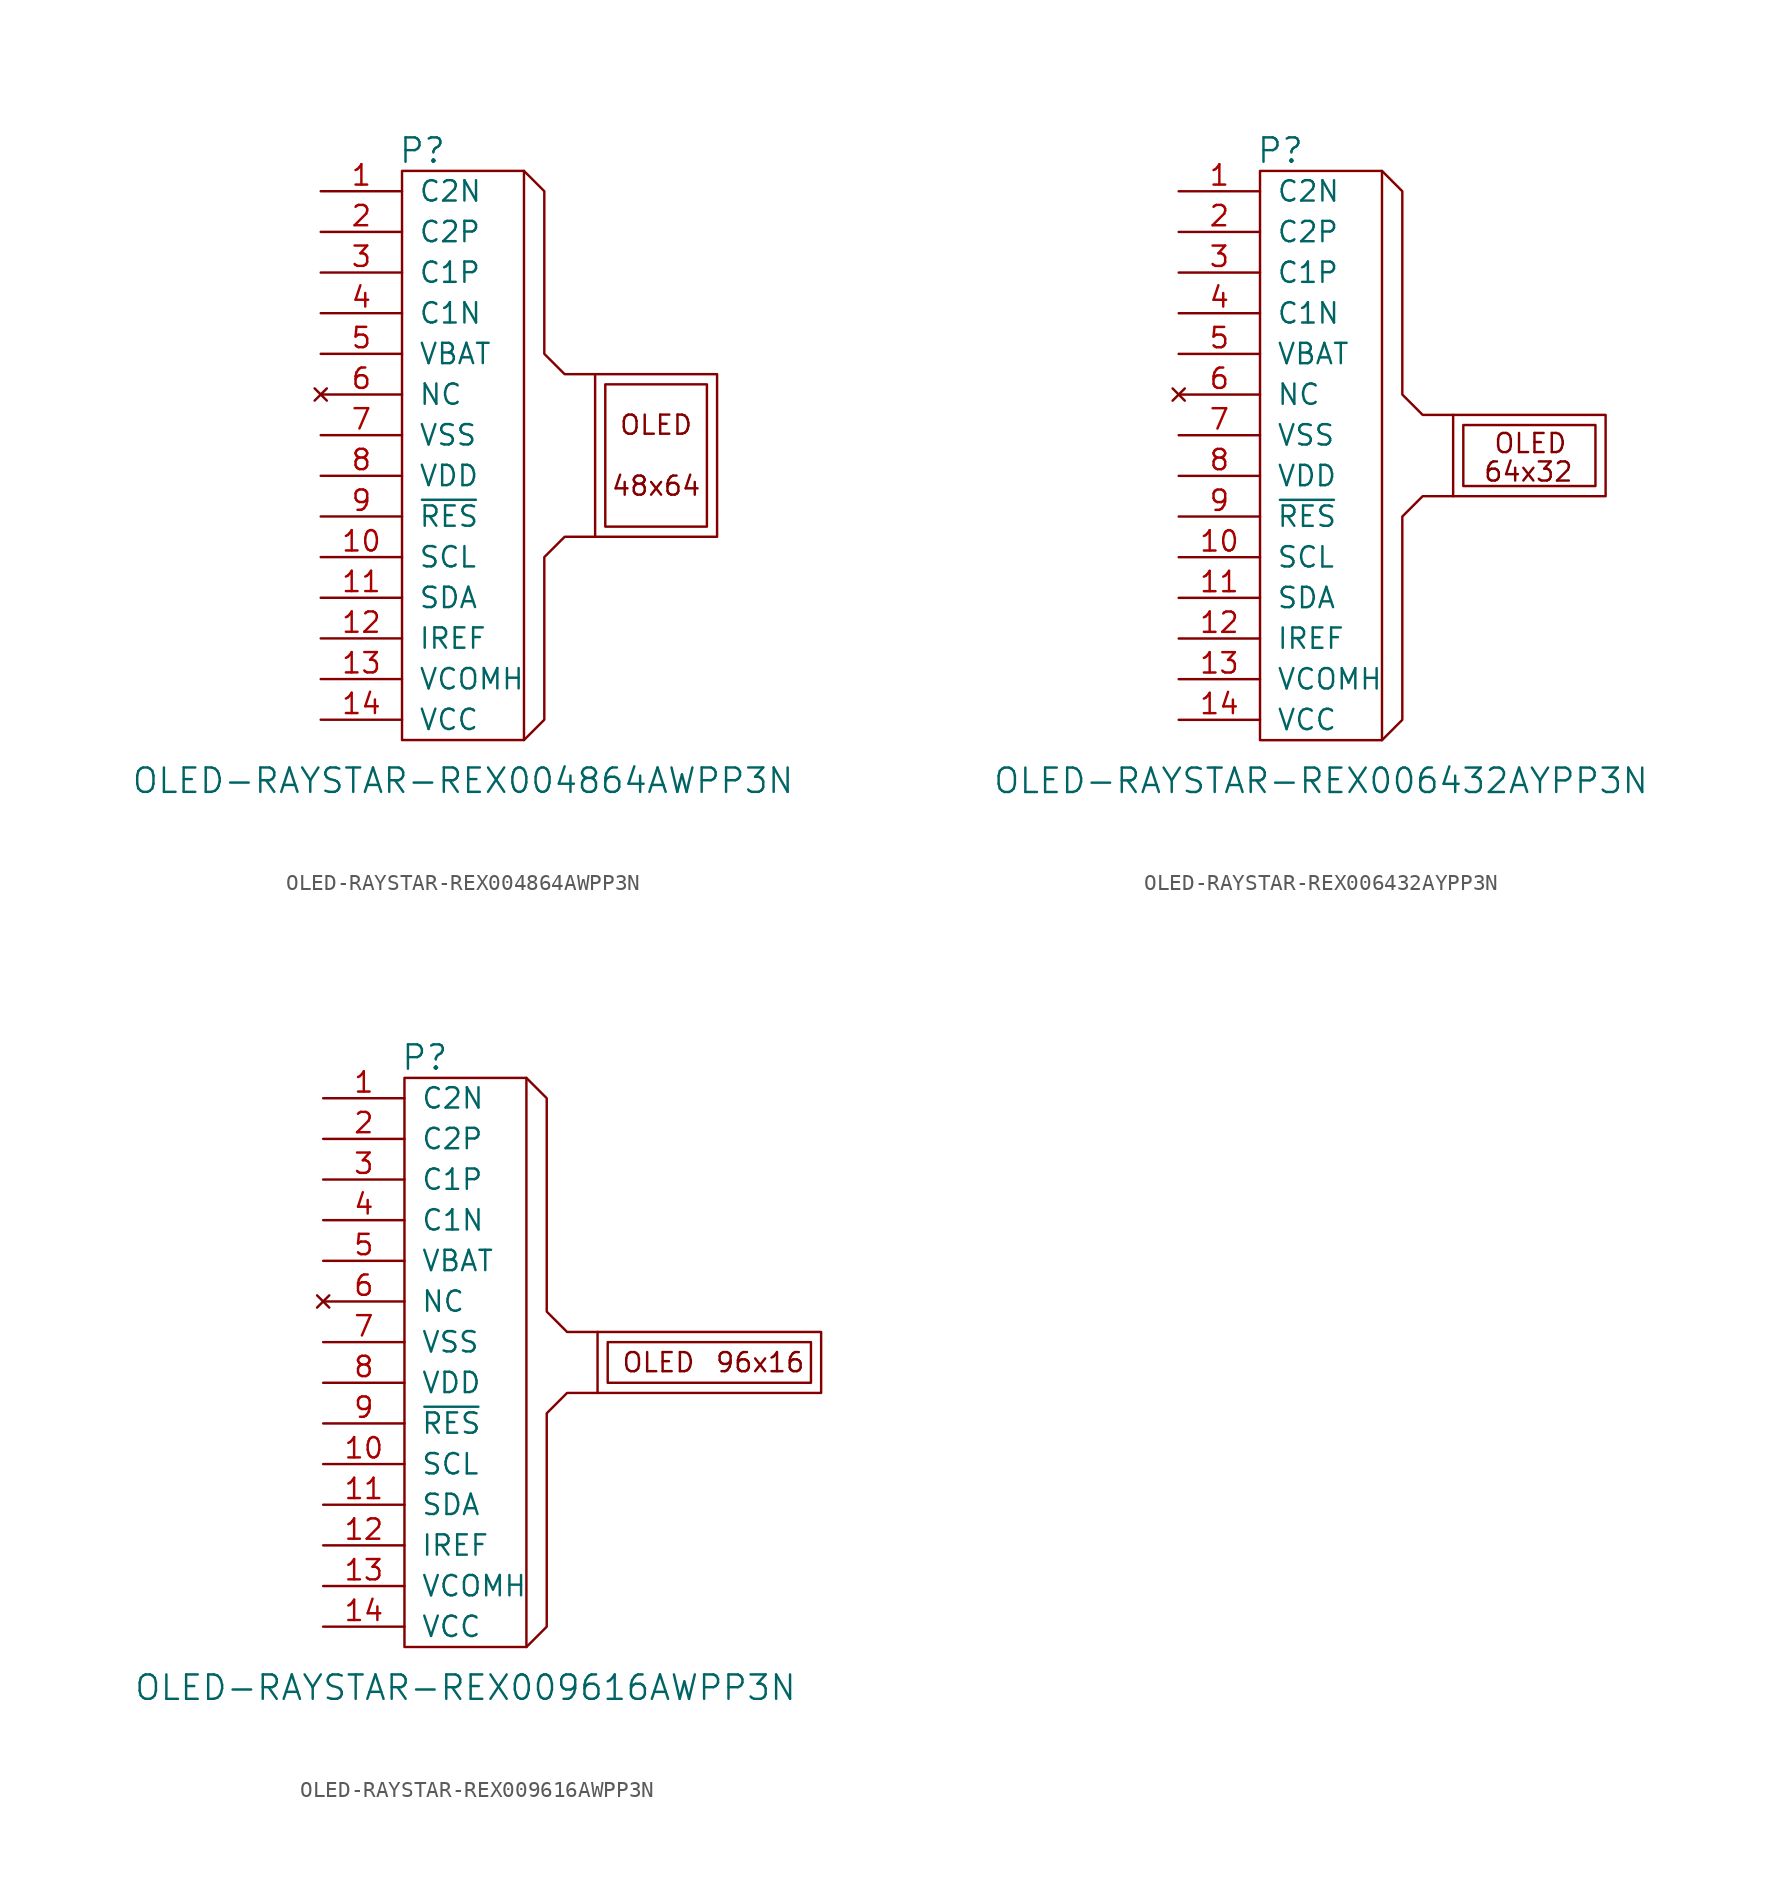
<source format=kicad_sym>
(kicad_symbol_lib
  (version 20201005)
  (generator kicad_symbol_editor)
  (symbol "OLED-RAYSTAR-REX004864AWPP3N"
    (pin_names
      (offset 1.016))
    (property "Reference" "P"
      (at -2.54 19.05 0)
      (effects (font (size 1.524 1.524))))
    (property "Value" "OLED-RAYSTAR-REX004864AWPP3N"
      (at 0 -20.32 0)
      (effects (font (size 1.524 1.524))))
    (symbol "OLED-RAYSTAR-REX004864AWPP3N_0_0"
      (text "48x64" (at 12.065 -1.905 0) (effects (font (size 1.194 1.194))))
      (text "OLED" (at 12.065 1.905 0) (effects (font (size 1.194 1.194))))
      (polyline (pts (xy 3.81 -17.78) (xy 5.08 -16.51) (xy 5.08 -6.35) (xy 6.35 -5.08) (xy 8.255 -5.08)) (stroke (width 0)) (fill (type none)))
      (polyline (pts (xy 8.255 5.08) (xy 6.35 5.08) (xy 5.08 6.35) (xy 5.08 16.51) (xy 3.81 17.78)) (stroke (width 0)) (fill (type none)))
      (polyline (pts (xy 8.255 5.08) (xy 15.875 5.08) (xy 15.875 -5.08) (xy 8.255 -5.08) (xy 8.255 5.08)) (stroke (width 0)) (fill (type none))))
    (symbol "OLED-RAYSTAR-REX004864AWPP3N_0_1"
      (rectangle (start -3.81 17.78) (end 3.81 -17.78) (stroke (width 0)) (fill (type none)))
      (rectangle (start 8.89 4.445) (end 15.24 -4.445) (stroke (width 0)) (fill (type none))))
    (symbol "OLED-RAYSTAR-REX004864AWPP3N_1_1"
      (pin passive line (at -8.89 16.51 0) (length 5.08) (name "C2N" (effects (font (size 1.27 1.27)))) (number "1" (effects (font (size 1.27 1.27)))))
      (pin bidirectional line (at -8.89 -6.35 0) (length 5.08) (name "SCL" (effects (font (size 1.27 1.27)))) (number "10" (effects (font (size 1.27 1.27)))))
      (pin bidirectional line (at -8.89 -8.89 0) (length 5.08) (name "SDA" (effects (font (size 1.27 1.27)))) (number "11" (effects (font (size 1.27 1.27)))))
      (pin input line (at -8.89 -11.43 0) (length 5.08) (name "IREF" (effects (font (size 1.27 1.27)))) (number "12" (effects (font (size 1.27 1.27)))))
      (pin output line (at -8.89 -13.97 0) (length 5.08) (name "VCOMH" (effects (font (size 1.27 1.27)))) (number "13" (effects (font (size 1.27 1.27)))))
      (pin output line (at -8.89 -16.51 0) (length 5.08) (name "VCC" (effects (font (size 1.27 1.27)))) (number "14" (effects (font (size 1.27 1.27)))))
      (pin passive line (at -8.89 13.97 0) (length 5.08) (name "C2P" (effects (font (size 1.27 1.27)))) (number "2" (effects (font (size 1.27 1.27)))))
      (pin passive line (at -8.89 11.43 0) (length 5.08) (name "C1P" (effects (font (size 1.27 1.27)))) (number "3" (effects (font (size 1.27 1.27)))))
      (pin passive line (at -8.89 8.89 0) (length 5.08) (name "C1N" (effects (font (size 1.27 1.27)))) (number "4" (effects (font (size 1.27 1.27)))))
      (pin power_in line (at -8.89 6.35 0) (length 5.08) (name "VBAT" (effects (font (size 1.27 1.27)))) (number "5" (effects (font (size 1.27 1.27)))))
      (pin unconnected line (at -8.89 3.81 0) (length 5.08) (name "NC" (effects (font (size 1.27 1.27)))) (number "6" (effects (font (size 1.27 1.27)))))
      (pin power_in line (at -8.89 1.27 0) (length 5.08) (name "VSS" (effects (font (size 1.27 1.27)))) (number "7" (effects (font (size 1.27 1.27)))))
      (pin power_in line (at -8.89 -1.27 0) (length 5.08) (name "VDD" (effects (font (size 1.27 1.27)))) (number "8" (effects (font (size 1.27 1.27)))))
      (pin input line (at -8.89 -3.81 0) (length 5.08) (name "~RES" (effects (font (size 1.27 1.27)))) (number "9" (effects (font (size 1.27 1.27)))))))
  (symbol "OLED-RAYSTAR-REX006432AYPP3N"
    (pin_names
      (offset 1.016))
    (property "Reference" "P"
      (at -2.54 19.05 0)
      (effects (font (size 1.524 1.524))))
    (property "Value" "OLED-RAYSTAR-REX006432AYPP3N"
      (at 0 -20.32 0)
      (effects (font (size 1.524 1.524))))
    (property "Footprint" ""
      (at 9.525 0 0)
      (effects (font (size 1.524 1.524))))
    (symbol "OLED-RAYSTAR-REX006432AYPP3N_0_0"
      (text "64x32" (at 12.954 -1.016 0) (effects (font (size 1.194 1.194))))
      (text "OLED" (at 13.081 0.762 0) (effects (font (size 1.194 1.194))))
      (polyline (pts (xy 3.81 -17.78) (xy 5.08 -16.51) (xy 5.08 -3.81) (xy 6.35 -2.54) (xy 8.255 -2.54)) (stroke (width 0)) (fill (type none)))
      (polyline (pts (xy 8.255 2.54) (xy 6.35 2.54) (xy 5.08 3.81) (xy 5.08 16.51) (xy 3.81 17.78)) (stroke (width 0)) (fill (type none)))
      (polyline (pts (xy 8.255 2.54) (xy 13.97 2.54) (xy 17.78 2.54) (xy 17.78 -2.54) (xy 8.255 -2.54) (xy 8.255 2.54)) (stroke (width 0)) (fill (type none))))
    (symbol "OLED-RAYSTAR-REX006432AYPP3N_0_1"
      (rectangle (start -3.81 17.78) (end 3.81 -17.78) (stroke (width 0)) (fill (type none)))
      (rectangle (start 8.89 1.905) (end 17.145 -1.905) (stroke (width 0)) (fill (type none))))
    (symbol "OLED-RAYSTAR-REX006432AYPP3N_1_1"
      (pin passive line (at -8.89 16.51 0) (length 5.08) (name "C2N" (effects (font (size 1.27 1.27)))) (number "1" (effects (font (size 1.27 1.27)))))
      (pin bidirectional line (at -8.89 -6.35 0) (length 5.08) (name "SCL" (effects (font (size 1.27 1.27)))) (number "10" (effects (font (size 1.27 1.27)))))
      (pin bidirectional line (at -8.89 -8.89 0) (length 5.08) (name "SDA" (effects (font (size 1.27 1.27)))) (number "11" (effects (font (size 1.27 1.27)))))
      (pin input line (at -8.89 -11.43 0) (length 5.08) (name "IREF" (effects (font (size 1.27 1.27)))) (number "12" (effects (font (size 1.27 1.27)))))
      (pin output line (at -8.89 -13.97 0) (length 5.08) (name "VCOMH" (effects (font (size 1.27 1.27)))) (number "13" (effects (font (size 1.27 1.27)))))
      (pin output line (at -8.89 -16.51 0) (length 5.08) (name "VCC" (effects (font (size 1.27 1.27)))) (number "14" (effects (font (size 1.27 1.27)))))
      (pin passive line (at -8.89 13.97 0) (length 5.08) (name "C2P" (effects (font (size 1.27 1.27)))) (number "2" (effects (font (size 1.27 1.27)))))
      (pin passive line (at -8.89 11.43 0) (length 5.08) (name "C1P" (effects (font (size 1.27 1.27)))) (number "3" (effects (font (size 1.27 1.27)))))
      (pin passive line (at -8.89 8.89 0) (length 5.08) (name "C1N" (effects (font (size 1.27 1.27)))) (number "4" (effects (font (size 1.27 1.27)))))
      (pin power_in line (at -8.89 6.35 0) (length 5.08) (name "VBAT" (effects (font (size 1.27 1.27)))) (number "5" (effects (font (size 1.27 1.27)))))
      (pin unconnected line (at -8.89 3.81 0) (length 5.08) (name "NC" (effects (font (size 1.27 1.27)))) (number "6" (effects (font (size 1.27 1.27)))))
      (pin power_in line (at -8.89 1.27 0) (length 5.08) (name "VSS" (effects (font (size 1.27 1.27)))) (number "7" (effects (font (size 1.27 1.27)))))
      (pin power_in line (at -8.89 -1.27 0) (length 5.08) (name "VDD" (effects (font (size 1.27 1.27)))) (number "8" (effects (font (size 1.27 1.27)))))
      (pin input line (at -8.89 -3.81 0) (length 5.08) (name "~RES" (effects (font (size 1.27 1.27)))) (number "9" (effects (font (size 1.27 1.27)))))))
  (symbol "OLED-RAYSTAR-REX009616AWPP3N"
    (pin_names
      (offset 1.016))
    (property "Reference" "P"
      (at -2.54 19.05 0)
      (effects (font (size 1.524 1.524))))
    (property "Value" "OLED-RAYSTAR-REX009616AWPP3N"
      (at 0 -20.32 0)
      (effects (font (size 1.524 1.524))))
    (property "Footprint" ""
      (at 9.525 0 0)
      (effects (font (size 1.524 1.524))))
    (symbol "OLED-RAYSTAR-REX009616AWPP3N_0_0"
      (text "96x16" (at 18.415 0 0) (effects (font (size 1.194 1.194))))
      (text "OLED" (at 12.065 0 0) (effects (font (size 1.194 1.194))))
      (polyline (pts (xy 3.81 -17.78) (xy 5.08 -16.51) (xy 5.08 -3.175) (xy 6.35 -1.905) (xy 8.255 -1.905)) (stroke (width 0)) (fill (type none)))
      (polyline (pts (xy 8.255 1.905) (xy 6.35 1.905) (xy 5.08 3.175) (xy 5.08 16.51) (xy 3.81 17.78)) (stroke (width 0)) (fill (type none)))
      (polyline (pts (xy 8.255 1.905) (xy 12.065 1.905) (xy 15.875 1.905) (xy 22.225 1.905) (xy 22.225 -1.905) (xy 8.255 -1.905) (xy 8.255 1.905)) (stroke (width 0)) (fill (type none))))
    (symbol "OLED-RAYSTAR-REX009616AWPP3N_0_1"
      (rectangle (start -3.81 17.78) (end 3.81 -17.78) (stroke (width 0)) (fill (type none)))
      (rectangle (start 8.89 1.27) (end 21.59 -1.27) (stroke (width 0)) (fill (type none))))
    (symbol "OLED-RAYSTAR-REX009616AWPP3N_1_1"
      (pin passive line (at -8.89 16.51 0) (length 5.08) (name "C2N" (effects (font (size 1.27 1.27)))) (number "1" (effects (font (size 1.27 1.27)))))
      (pin bidirectional line (at -8.89 -6.35 0) (length 5.08) (name "SCL" (effects (font (size 1.27 1.27)))) (number "10" (effects (font (size 1.27 1.27)))))
      (pin bidirectional line (at -8.89 -8.89 0) (length 5.08) (name "SDA" (effects (font (size 1.27 1.27)))) (number "11" (effects (font (size 1.27 1.27)))))
      (pin input line (at -8.89 -11.43 0) (length 5.08) (name "IREF" (effects (font (size 1.27 1.27)))) (number "12" (effects (font (size 1.27 1.27)))))
      (pin output line (at -8.89 -13.97 0) (length 5.08) (name "VCOMH" (effects (font (size 1.27 1.27)))) (number "13" (effects (font (size 1.27 1.27)))))
      (pin output line (at -8.89 -16.51 0) (length 5.08) (name "VCC" (effects (font (size 1.27 1.27)))) (number "14" (effects (font (size 1.27 1.27)))))
      (pin passive line (at -8.89 13.97 0) (length 5.08) (name "C2P" (effects (font (size 1.27 1.27)))) (number "2" (effects (font (size 1.27 1.27)))))
      (pin passive line (at -8.89 11.43 0) (length 5.08) (name "C1P" (effects (font (size 1.27 1.27)))) (number "3" (effects (font (size 1.27 1.27)))))
      (pin passive line (at -8.89 8.89 0) (length 5.08) (name "C1N" (effects (font (size 1.27 1.27)))) (number "4" (effects (font (size 1.27 1.27)))))
      (pin power_in line (at -8.89 6.35 0) (length 5.08) (name "VBAT" (effects (font (size 1.27 1.27)))) (number "5" (effects (font (size 1.27 1.27)))))
      (pin unconnected line (at -8.89 3.81 0) (length 5.08) (name "NC" (effects (font (size 1.27 1.27)))) (number "6" (effects (font (size 1.27 1.27)))))
      (pin power_in line (at -8.89 1.27 0) (length 5.08) (name "VSS" (effects (font (size 1.27 1.27)))) (number "7" (effects (font (size 1.27 1.27)))))
      (pin power_in line (at -8.89 -1.27 0) (length 5.08) (name "VDD" (effects (font (size 1.27 1.27)))) (number "8" (effects (font (size 1.27 1.27)))))
      (pin input line (at -8.89 -3.81 0) (length 5.08) (name "~RES" (effects (font (size 1.27 1.27)))) (number "9" (effects (font (size 1.27 1.27))))))))
</source>
